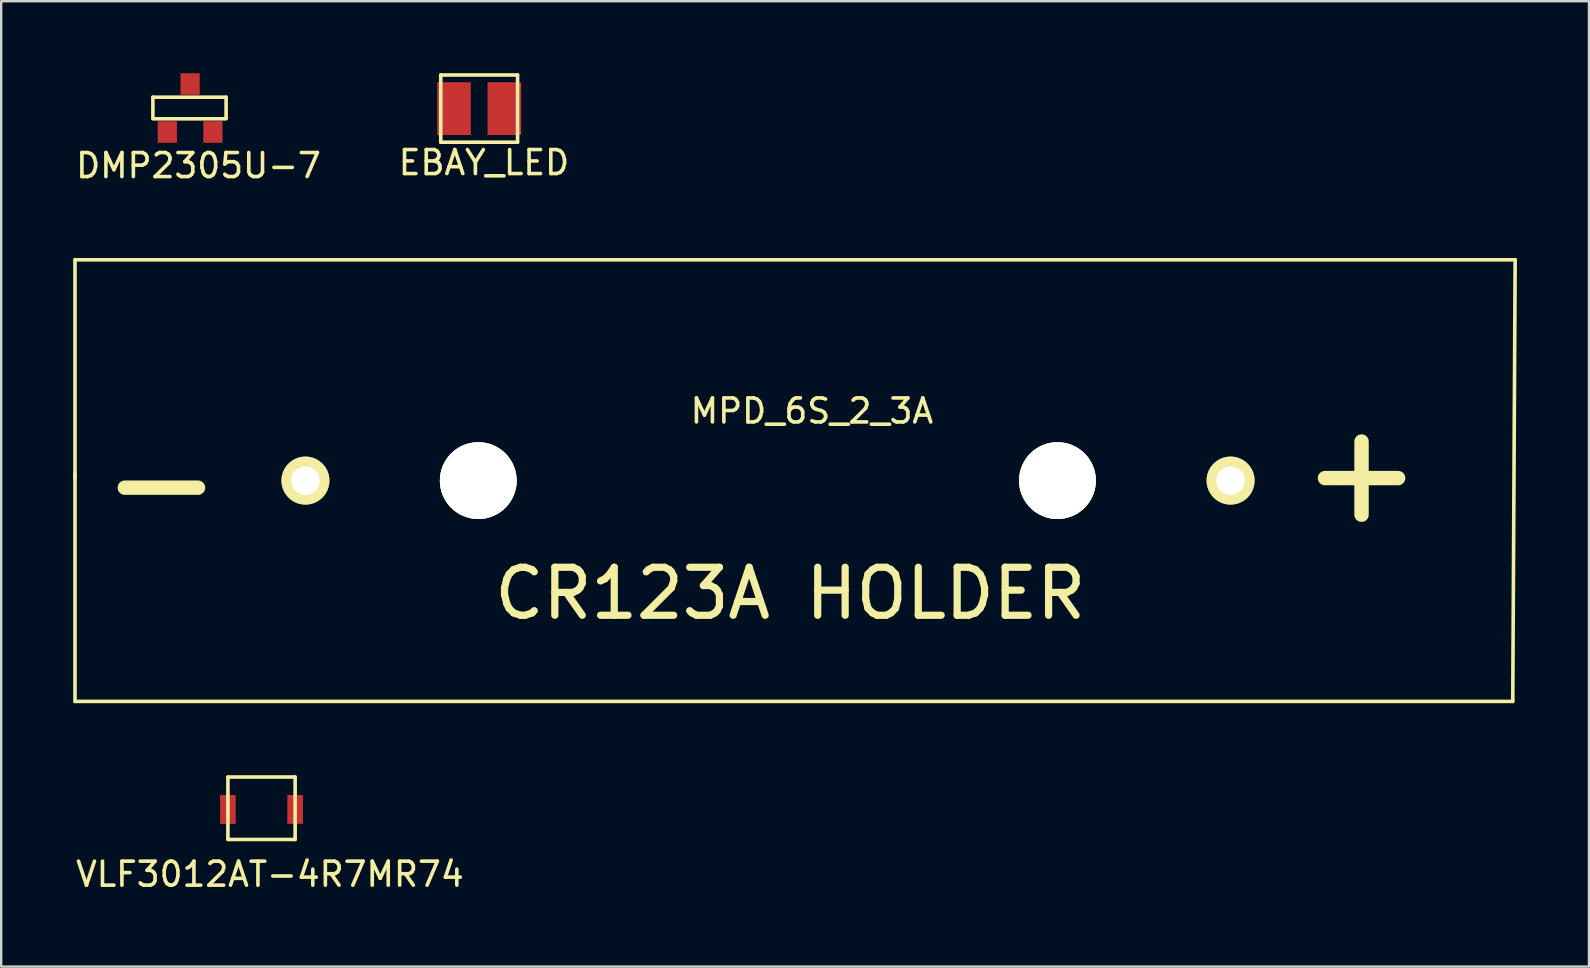
<source format=kicad_pcb>
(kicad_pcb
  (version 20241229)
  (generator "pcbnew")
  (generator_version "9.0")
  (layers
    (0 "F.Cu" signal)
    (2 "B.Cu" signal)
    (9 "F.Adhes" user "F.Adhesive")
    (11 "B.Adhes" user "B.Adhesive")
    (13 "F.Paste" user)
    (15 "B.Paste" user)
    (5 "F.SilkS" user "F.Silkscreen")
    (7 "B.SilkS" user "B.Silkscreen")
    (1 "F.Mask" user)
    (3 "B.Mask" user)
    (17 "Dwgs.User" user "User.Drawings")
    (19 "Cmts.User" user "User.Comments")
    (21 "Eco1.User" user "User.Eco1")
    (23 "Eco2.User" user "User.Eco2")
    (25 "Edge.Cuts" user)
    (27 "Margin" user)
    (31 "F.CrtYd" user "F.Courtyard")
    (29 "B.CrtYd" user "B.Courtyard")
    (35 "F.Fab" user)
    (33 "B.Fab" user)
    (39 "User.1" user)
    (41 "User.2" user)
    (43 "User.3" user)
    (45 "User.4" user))
  (footprint "MPD_6S_2_3A"
    (layer "F.Cu")
    (at 9.675 16.973)
    (property "Reference" "MPD_6S_2_3A" (at 21.1 -2.9 0) (layer "F.SilkS") (effects (font (size 1 1) (thickness 0.15))))
    (attr through_hole)
    (fp_line (start -9.6 -9.2) (end 50.4 -9.2) (stroke (width 0.15) (type solid)) (layer "F.SilkS"))
    (fp_line (start -9.6 -0.1) (end -9.6 -9.2) (stroke (width 0.15) (type solid)) (layer "F.SilkS"))
    (fp_line (start -9.6 9.2) (end -9.6 -0.3) (stroke (width 0.15) (type solid)) (layer "F.SilkS"))
    (fp_line (start 50.3 9.2) (end -9.6 9.2) (stroke (width 0.15) (type solid)) (layer "F.SilkS"))
    (fp_line (start 50.4 -9.2) (end 50.3 9.2) (stroke (width 0.15) (type solid)) (layer "F.SilkS"))
    (fp_text user "-" (at -6 0 0) (layer "F.SilkS") (effects (font (size 4 4) (thickness 0.6))))
    (fp_text user "CR123A HOLDER" (at 20.2 4.7 0) (layer "F.SilkS") (effects (font (size 2 2) (thickness 0.3))))
    (fp_text user "+" (at 44 -0.4 0) (layer "F.SilkS") (effects (font (size 4 4) (thickness 0.6))))
    (pad "" thru_hole circle (at 7.201 0) (size 3.2 3.2) (drill 3.2) (layers "*.Cu" "*.Mask" "F.SilkS"))
    (pad "" thru_hole circle (at 31.331 0) (size 3.2 3.2) (drill 3.2) (layers "*.Cu" "*.Mask" "F.SilkS"))
    (pad "1" thru_hole circle (at 0 0) (size 2 2) (drill 1.19) (layers "*.Cu" "*.Mask" "F.SilkS"))
    (pad "2" thru_hole circle (at 38.544 0) (size 2 2) (drill 1.19) (layers "*.Cu" "*.Mask" "F.SilkS")))
  (footprint "DMP2305U-7"
    (layer "F.Cu")
    (at 4.87 0.45)
    (property "Reference" "DMP2305U-7" (at 0.35 3.4 0) (layer "F.SilkS") (effects (font (size 1 1) (thickness 0.15))))
    (attr through_hole)
    (fp_line (start -1.55 0.55) (end -1.55 1.4) (stroke (width 0.15) (type solid)) (layer "F.SilkS"))
    (fp_line (start -1.55 1.45) (end 1.5 1.45) (stroke (width 0.15) (type solid)) (layer "F.SilkS"))
    (fp_line (start 1.5 0.55) (end -1.55 0.55) (stroke (width 0.15) (type solid)) (layer "F.SilkS"))
    (fp_line (start 1.5 1.4) (end 1.5 0.55) (stroke (width 0.15) (type solid)) (layer "F.SilkS"))
    (pad "1" smd rect (at 0 0) (size 0.8 0.9) (layers "F.Cu" "F.Mask" "F.Paste"))
    (pad "2" smd rect (at 0.95 2) (size 0.8 0.9) (layers "F.Cu" "F.Mask" "F.Paste"))
    (pad "3" smd rect (at -0.95 2) (size 0.8 0.9) (layers "F.Cu" "F.Mask" "F.Paste")))
  (footprint "VLF3012AT-4R7MR74"
    (layer "F.Cu")
    (at 6.446 31.273)
    (property "Reference" "VLF3012AT-4R7MR74" (at 1.75 2.1 0) (layer "F.SilkS") (effects (font (size 1 1) (thickness 0.15))))
    (attr through_hole)
    (fp_line (start 0 -1.95) (end 2.8 -1.95) (stroke (width 0.15) (type solid)) (layer "F.SilkS"))
    (fp_line (start 0 0.65) (end 0 -1.95) (stroke (width 0.15) (type solid)) (layer "F.SilkS"))
    (fp_line (start 2.8 -1.95) (end 2.8 0.65) (stroke (width 0.15) (type solid)) (layer "F.SilkS"))
    (fp_line (start 2.8 0.65) (end 0 0.65) (stroke (width 0.15) (type solid)) (layer "F.SilkS"))
    (pad "1" smd rect (at 0 -0.6) (size 0.65 1.2) (layers "F.Cu" "F.Mask" "F.Paste"))
    (pad "2" smd rect (at 2.8 -0.6) (size 0.65 1.2) (layers "F.Cu" "F.Mask" "F.Paste")))
  (footprint "EBAY_LED"
    (layer "F.Cu")
    (at 16.913 1.475)
    (property "Reference" "EBAY_LED" (at 0.2 2.25 0) (layer "F.SilkS") (effects (font (size 1 1) (thickness 0.15))))
    (attr through_hole)
    (fp_line (start -1.6 -1.4) (end 1.6 -1.4) (stroke (width 0.15) (type solid)) (layer "F.SilkS"))
    (fp_line (start -1.6 1.4) (end -1.6 -1.4) (stroke (width 0.15) (type solid)) (layer "F.SilkS"))
    (fp_line (start -0.05 1.4) (end -1.6 1.4) (stroke (width 0.15) (type solid)) (layer "F.SilkS"))
    (fp_line (start 1.6 -1.4) (end 1.6 1.4) (stroke (width 0.15) (type solid)) (layer "F.SilkS"))
    (fp_line (start 1.6 1.4) (end 0 1.4) (stroke (width 0.15) (type solid)) (layer "F.SilkS"))
    (pad "1" smd rect (at 1.05 0) (size 1.4 2.2) (layers "F.Cu" "F.Mask" "F.Paste"))
    (pad "2" smd rect (at -1.05 0) (size 1.4 2.2) (layers "F.Cu" "F.Mask" "F.Paste")))
  (gr_rect
    (start -3 -3)
    (end 63.15 37.221)
    (stroke (width 0.1) (type default))
    (fill no)
    (layer "Edge.Cuts")))
</source>
